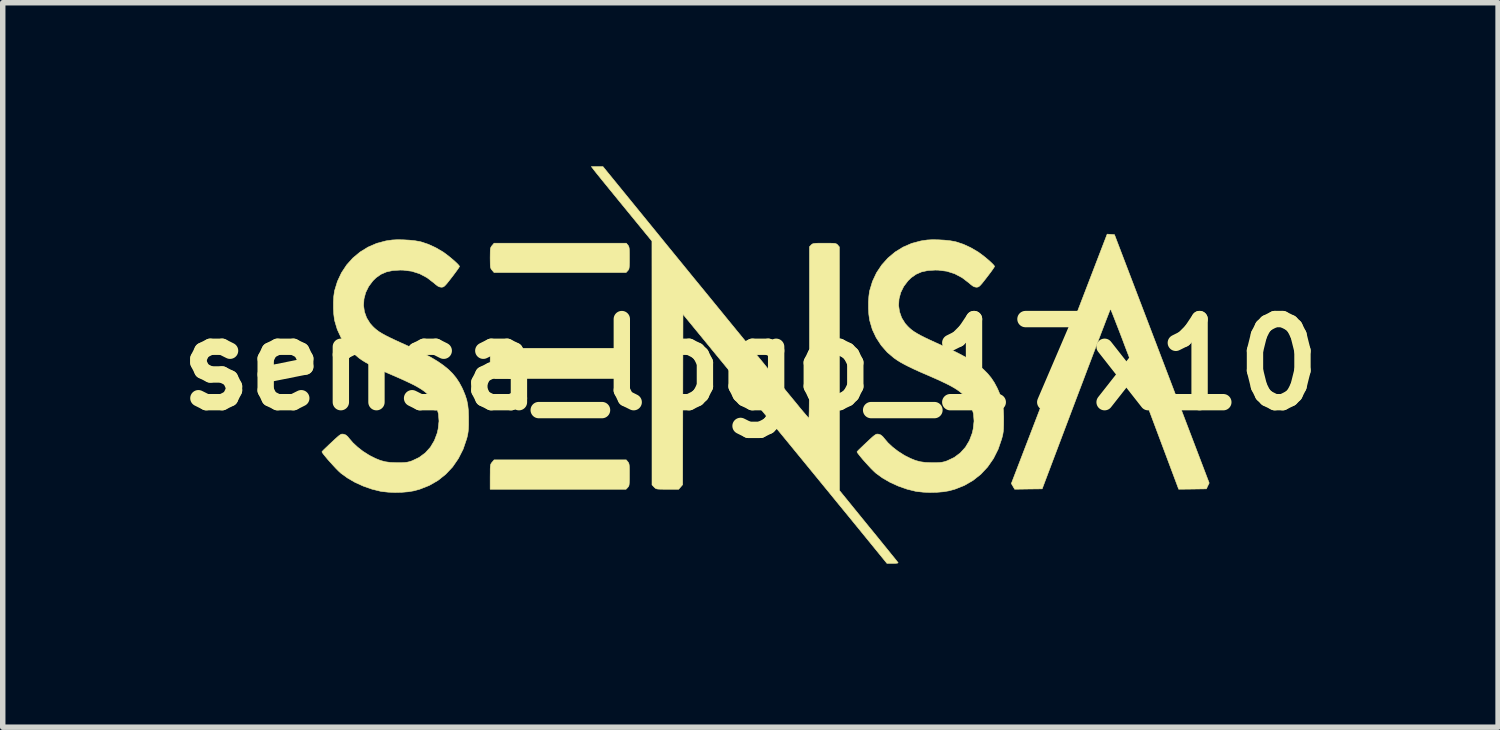
<source format=kicad_pcb>
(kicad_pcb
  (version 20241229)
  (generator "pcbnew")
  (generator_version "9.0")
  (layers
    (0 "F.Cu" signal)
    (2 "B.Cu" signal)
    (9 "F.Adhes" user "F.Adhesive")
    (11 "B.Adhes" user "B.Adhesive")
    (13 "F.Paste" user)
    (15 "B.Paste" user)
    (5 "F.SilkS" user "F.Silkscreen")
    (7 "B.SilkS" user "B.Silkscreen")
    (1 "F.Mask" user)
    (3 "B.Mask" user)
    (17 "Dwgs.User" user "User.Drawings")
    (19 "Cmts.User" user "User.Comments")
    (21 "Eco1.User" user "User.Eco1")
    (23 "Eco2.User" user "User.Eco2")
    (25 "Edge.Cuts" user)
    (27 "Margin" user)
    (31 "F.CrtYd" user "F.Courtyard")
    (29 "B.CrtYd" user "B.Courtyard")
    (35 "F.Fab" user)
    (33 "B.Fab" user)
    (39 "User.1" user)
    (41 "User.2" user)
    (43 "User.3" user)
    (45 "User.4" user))
  (footprint "sensa_logo_17x10"
    (layer "F.Cu")
    (at 10.712 3.636)
    (property "Reference" "sensa_logo_17x10" (at 0 0 0) (layer "F.SilkS") (effects (font (size 1.524 1.524) (thickness 0.3))))
    (attr through_hole)
    (fp_poly (pts (xy -2.248 1.783) (xy -2.236 1.799) (xy -2.228 1.818) (xy -2.223 1.846) (xy -2.22 1.888) (xy -2.219 1.95) (xy -2.219 2.019) (xy -2.219 2.101) (xy -2.221 2.158) (xy -2.224 2.196) (xy -2.229 2.222) (xy -2.238 2.239) (xy -2.25 2.253) (xy -2.25 2.254) (xy -2.281 2.286) (xy -4.773 2.286) (xy -4.773 2.059) (xy -4.772 1.972) (xy -4.772 1.91) (xy -4.769 1.867) (xy -4.765 1.838) (xy -4.758 1.819) (xy -4.747 1.802) (xy -4.737 1.79) (xy -4.701 1.748) (xy -2.277 1.748) (xy -2.248 1.783)) (stroke (width 0.01) (type solid)) (fill yes) (layer "F.SilkS"))
    (fp_poly (pts (xy -2.35 -0.259) (xy -2.335 -0.242) (xy -2.325 -0.225) (xy -2.318 -0.202) (xy -2.315 -0.169) (xy -2.313 -0.118) (xy -2.313 -0.045) (xy -2.313 -0.022) (xy -2.313 0.057) (xy -2.314 0.113) (xy -2.317 0.15) (xy -2.323 0.175) (xy -2.332 0.193) (xy -2.346 0.209) (xy -2.35 0.214) (xy -2.388 0.254) (xy -4.687 0.254) (xy -4.73 0.205) (xy -4.773 0.155) (xy -4.773 -0.026) (xy -4.772 -0.103) (xy -4.771 -0.156) (xy -4.767 -0.192) (xy -4.76 -0.217) (xy -4.749 -0.237) (xy -4.738 -0.253) (xy -4.703 -0.299) (xy -2.388 -0.299) (xy -2.35 -0.259)) (stroke (width 0.01) (type solid)) (fill yes) (layer "F.SilkS"))
    (fp_poly (pts (xy -2.248 -2.192) (xy -2.236 -2.176) (xy -2.228 -2.156) (xy -2.223 -2.129) (xy -2.22 -2.087) (xy -2.219 -2.025) (xy -2.219 -1.955) (xy -2.219 -1.874) (xy -2.221 -1.816) (xy -2.224 -1.778) (xy -2.229 -1.753) (xy -2.238 -1.736) (xy -2.25 -1.721) (xy -2.25 -1.721) (xy -2.281 -1.688) (xy -4.701 -1.688) (xy -4.737 -1.73) (xy -4.752 -1.749) (xy -4.762 -1.768) (xy -4.768 -1.792) (xy -4.771 -1.829) (xy -4.772 -1.885) (xy -4.773 -1.957) (xy -4.772 -2.035) (xy -4.771 -2.088) (xy -4.768 -2.124) (xy -4.761 -2.148) (xy -4.751 -2.167) (xy -4.737 -2.184) (xy -4.701 -2.226) (xy -2.277 -2.226) (xy -2.248 -2.192)) (stroke (width 0.01) (type solid)) (fill yes) (layer "F.SilkS"))
    (fp_poly (pts (xy 6.609 -2.388) (xy 6.676 -2.383) (xy 7.545 -0.106) (xy 8.413 2.172) (xy 8.387 2.225) (xy 8.362 2.279) (xy 8.108 2.283) (xy 7.854 2.286) (xy 7.233 0.628) (xy 7.154 0.416) (xy 7.078 0.213) (xy 7.005 0.019) (xy 6.936 -0.163) (xy 6.871 -0.332) (xy 6.813 -0.487) (xy 6.76 -0.625) (xy 6.713 -0.745) (xy 6.674 -0.846) (xy 6.643 -0.925) (xy 6.62 -0.982) (xy 6.606 -1.013) (xy 6.603 -1.02) (xy 6.596 -1.005) (xy 6.58 -0.964) (xy 6.555 -0.899) (xy 6.521 -0.812) (xy 6.48 -0.704) (xy 6.431 -0.577) (xy 6.376 -0.432) (xy 6.315 -0.272) (xy 6.249 -0.098) (xy 6.178 0.088) (xy 6.104 0.285) (xy 6.026 0.49) (xy 5.971 0.635) (xy 5.35 2.279) (xy 5.098 2.282) (xy 4.846 2.286) (xy 4.785 2.181) (xy 6.542 -2.392) (xy 6.609 -2.388)) (stroke (width 0.01) (type solid)) (fill yes) (layer "F.SilkS"))
    (fp_poly (pts (xy -1.85 -2.582) (xy -1.705 -2.404) (xy -1.549 -2.212) (xy -1.384 -2.01) (xy -1.215 -1.803) (xy -1.044 -1.593) (xy -0.874 -1.386) (xy -0.709 -1.184) (xy -0.552 -0.992) (xy -0.407 -0.814) (xy -0.275 -0.653) (xy -0.254 -0.627) (xy -0.131 -0.477) (xy -0.007 -0.326) (xy 0.116 -0.175) (xy 0.236 -0.029) (xy 0.35 0.112) (xy 0.458 0.243) (xy 0.556 0.363) (xy 0.642 0.469) (xy 0.715 0.558) (xy 0.772 0.627) (xy 0.775 0.631) (xy 0.846 0.717) (xy 0.91 0.796) (xy 0.967 0.864) (xy 1.014 0.919) (xy 1.049 0.959) (xy 1.069 0.981) (xy 1.073 0.985) (xy 1.074 0.97) (xy 1.075 0.928) (xy 1.077 0.86) (xy 1.078 0.767) (xy 1.079 0.653) (xy 1.08 0.518) (xy 1.081 0.365) (xy 1.082 0.196) (xy 1.082 0.013) (xy 1.083 -0.183) (xy 1.083 -0.389) (xy 1.083 -0.588) (xy 1.083 -2.161) (xy 1.114 -2.194) (xy 1.127 -2.206) (xy 1.143 -2.215) (xy 1.165 -2.22) (xy 1.198 -2.224) (xy 1.248 -2.226) (xy 1.317 -2.226) (xy 1.359 -2.226) (xy 1.439 -2.226) (xy 1.497 -2.225) (xy 1.537 -2.223) (xy 1.564 -2.218) (xy 1.581 -2.211) (xy 1.594 -2.201) (xy 1.602 -2.192) (xy 1.631 -2.157) (xy 1.632 2.308) (xy 2.167 2.966) (xy 2.264 3.084) (xy 2.355 3.196) (xy 2.439 3.3) (xy 2.515 3.393) (xy 2.58 3.474) (xy 2.634 3.54) (xy 2.675 3.591) (xy 2.7 3.623) (xy 2.709 3.634) (xy 2.7 3.64) (xy 2.67 3.644) (xy 2.625 3.646) (xy 2.61 3.646) (xy 2.504 3.646) (xy 1.989 3.014) (xy 1.899 2.904) (xy 1.802 2.785) (xy 1.697 2.657) (xy 1.583 2.518) (xy 1.461 2.368) (xy 1.328 2.206) (xy 1.184 2.03) (xy 1.029 1.841) (xy 0.862 1.637) (xy 0.682 1.417) (xy 0.488 1.181) (xy 0.28 0.927) (xy 0.057 0.655) (xy -0.182 0.363) (xy -0.438 0.051) (xy -0.711 -0.281) (xy -0.722 -0.295) (xy -1.237 -0.923) (xy -1.243 2.202) (xy -1.279 2.244) (xy -1.315 2.286) (xy -1.522 2.286) (xy -1.601 2.286) (xy -1.658 2.285) (xy -1.697 2.283) (xy -1.723 2.278) (xy -1.741 2.27) (xy -1.755 2.258) (xy -1.767 2.246) (xy -1.805 2.206) (xy -1.805 -0.029) (xy -1.806 -2.264) (xy -2.307 -2.876) (xy -2.403 -2.993) (xy -2.494 -3.105) (xy -2.58 -3.21) (xy -2.657 -3.305) (xy -2.726 -3.389) (xy -2.782 -3.459) (xy -2.826 -3.513) (xy -2.854 -3.549) (xy -2.863 -3.56) (xy -2.917 -3.631) (xy -2.705 -3.631) (xy -1.85 -2.582)) (stroke (width 0.01) (type solid)) (fill yes) (layer "F.SilkS"))
    (fp_poly (pts (xy -6.366 -2.288) (xy -6.255 -2.282) (xy -6.151 -2.271) (xy -6.06 -2.255) (xy -6.036 -2.249) (xy -5.907 -2.206) (xy -5.772 -2.144) (xy -5.642 -2.068) (xy -5.638 -2.066) (xy -5.587 -2.029) (xy -5.531 -1.986) (xy -5.475 -1.94) (xy -5.423 -1.895) (xy -5.379 -1.854) (xy -5.349 -1.822) (xy -5.335 -1.802) (xy -5.335 -1.8) (xy -5.343 -1.785) (xy -5.366 -1.75) (xy -5.401 -1.702) (xy -5.444 -1.644) (xy -5.476 -1.602) (xy -5.529 -1.534) (xy -5.568 -1.485) (xy -5.597 -1.453) (xy -5.619 -1.433) (xy -5.637 -1.423) (xy -5.656 -1.42) (xy -5.667 -1.419) (xy -5.699 -1.424) (xy -5.731 -1.438) (xy -5.771 -1.468) (xy -5.802 -1.495) (xy -5.931 -1.594) (xy -6.066 -1.666) (xy -6.211 -1.712) (xy -6.368 -1.732) (xy -6.422 -1.733) (xy -6.558 -1.725) (xy -6.674 -1.7) (xy -6.776 -1.656) (xy -6.866 -1.593) (xy -6.923 -1.537) (xy -7.001 -1.433) (xy -7.056 -1.321) (xy -7.087 -1.204) (xy -7.095 -1.086) (xy -7.079 -0.969) (xy -7.039 -0.858) (xy -6.975 -0.755) (xy -6.93 -0.704) (xy -6.893 -0.668) (xy -6.854 -0.635) (xy -6.811 -0.603) (xy -6.759 -0.571) (xy -6.696 -0.536) (xy -6.619 -0.497) (xy -6.524 -0.452) (xy -6.409 -0.399) (xy -6.35 -0.373) (xy -6.163 -0.287) (xy -5.999 -0.207) (xy -5.857 -0.131) (xy -5.735 -0.058) (xy -5.63 0.015) (xy -5.54 0.088) (xy -5.463 0.164) (xy -5.397 0.244) (xy -5.34 0.33) (xy -5.29 0.423) (xy -5.268 0.471) (xy -5.23 0.564) (xy -5.202 0.651) (xy -5.184 0.74) (xy -5.173 0.84) (xy -5.169 0.958) (xy -5.169 1.016) (xy -5.169 1.107) (xy -5.172 1.176) (xy -5.177 1.232) (xy -5.185 1.282) (xy -5.197 1.335) (xy -5.205 1.364) (xy -5.269 1.552) (xy -5.356 1.723) (xy -5.462 1.877) (xy -5.588 2.011) (xy -5.731 2.125) (xy -5.891 2.217) (xy -6.066 2.286) (xy -6.172 2.315) (xy -6.274 2.332) (xy -6.392 2.342) (xy -6.517 2.345) (xy -6.641 2.34) (xy -6.753 2.328) (xy -6.784 2.323) (xy -6.942 2.284) (xy -7.101 2.228) (xy -7.253 2.159) (xy -7.392 2.078) (xy -7.512 1.991) (xy -7.515 1.988) (xy -7.552 1.954) (xy -7.597 1.909) (xy -7.647 1.855) (xy -7.699 1.798) (xy -7.749 1.742) (xy -7.793 1.689) (xy -7.829 1.645) (xy -7.851 1.614) (xy -7.858 1.599) (xy -7.847 1.586) (xy -7.819 1.557) (xy -7.777 1.517) (xy -7.725 1.467) (xy -7.683 1.428) (xy -7.62 1.369) (xy -7.573 1.327) (xy -7.54 1.299) (xy -7.515 1.283) (xy -7.496 1.275) (xy -7.478 1.275) (xy -7.46 1.277) (xy -7.421 1.291) (xy -7.387 1.319) (xy -7.358 1.355) (xy -7.291 1.433) (xy -7.205 1.513) (xy -7.108 1.589) (xy -7.004 1.655) (xy -6.973 1.673) (xy -6.873 1.723) (xy -6.783 1.759) (xy -6.696 1.782) (xy -6.602 1.795) (xy -6.492 1.799) (xy -6.477 1.799) (xy -6.399 1.799) (xy -6.341 1.796) (xy -6.293 1.79) (xy -6.25 1.78) (xy -6.205 1.765) (xy -6.075 1.703) (xy -5.962 1.619) (xy -5.869 1.516) (xy -5.796 1.394) (xy -5.744 1.256) (xy -5.727 1.18) (xy -5.711 1.037) (xy -5.721 0.904) (xy -5.756 0.781) (xy -5.816 0.666) (xy -5.887 0.576) (xy -5.928 0.535) (xy -5.974 0.495) (xy -6.029 0.456) (xy -6.095 0.416) (xy -6.175 0.372) (xy -6.272 0.325) (xy -6.388 0.271) (xy -6.526 0.21) (xy -6.564 0.194) (xy -6.7 0.135) (xy -6.814 0.083) (xy -6.91 0.037) (xy -6.991 -0.004) (xy -7.06 -0.042) (xy -7.121 -0.08) (xy -7.177 -0.119) (xy -7.177 -0.119) (xy -7.304 -0.227) (xy -7.415 -0.353) (xy -7.507 -0.494) (xy -7.577 -0.645) (xy -7.624 -0.803) (xy -7.629 -0.828) (xy -7.641 -0.922) (xy -7.647 -1.032) (xy -7.647 -1.146) (xy -7.641 -1.253) (xy -7.628 -1.344) (xy -7.626 -1.355) (xy -7.574 -1.525) (xy -7.5 -1.683) (xy -7.405 -1.827) (xy -7.291 -1.954) (xy -7.159 -2.064) (xy -7.013 -2.154) (xy -6.854 -2.223) (xy -6.685 -2.268) (xy -6.569 -2.285) (xy -6.474 -2.29) (xy -6.366 -2.288)) (stroke (width 0.01) (type solid)) (fill yes) (layer "F.SilkS"))
    (fp_poly (pts (xy 3.446 -2.288) (xy 3.557 -2.282) (xy 3.662 -2.271) (xy 3.752 -2.255) (xy 3.776 -2.249) (xy 3.906 -2.206) (xy 4.04 -2.144) (xy 4.17 -2.068) (xy 4.174 -2.066) (xy 4.225 -2.029) (xy 4.282 -1.986) (xy 4.338 -1.94) (xy 4.39 -1.895) (xy 4.433 -1.854) (xy 4.464 -1.822) (xy 4.477 -1.802) (xy 4.477 -1.8) (xy 4.469 -1.785) (xy 4.446 -1.75) (xy 4.412 -1.702) (xy 4.368 -1.644) (xy 4.336 -1.602) (xy 4.283 -1.534) (xy 4.244 -1.485) (xy 4.215 -1.453) (xy 4.193 -1.433) (xy 4.175 -1.423) (xy 4.157 -1.42) (xy 4.145 -1.419) (xy 4.114 -1.424) (xy 4.082 -1.438) (xy 4.042 -1.468) (xy 4.011 -1.495) (xy 3.882 -1.594) (xy 3.746 -1.666) (xy 3.601 -1.712) (xy 3.444 -1.732) (xy 3.39 -1.733) (xy 3.255 -1.725) (xy 3.138 -1.7) (xy 3.037 -1.656) (xy 2.947 -1.593) (xy 2.89 -1.537) (xy 2.811 -1.433) (xy 2.756 -1.321) (xy 2.725 -1.204) (xy 2.717 -1.086) (xy 2.734 -0.969) (xy 2.773 -0.858) (xy 2.837 -0.755) (xy 2.882 -0.704) (xy 2.919 -0.668) (xy 2.958 -0.635) (xy 3.002 -0.603) (xy 3.054 -0.571) (xy 3.117 -0.536) (xy 3.194 -0.497) (xy 3.288 -0.452) (xy 3.404 -0.399) (xy 3.462 -0.373) (xy 3.65 -0.287) (xy 3.813 -0.207) (xy 3.955 -0.131) (xy 4.078 -0.058) (xy 4.183 0.015) (xy 4.273 0.088) (xy 4.349 0.164) (xy 4.415 0.244) (xy 4.472 0.33) (xy 4.522 0.423) (xy 4.544 0.471) (xy 4.583 0.564) (xy 4.61 0.651) (xy 4.629 0.74) (xy 4.639 0.84) (xy 4.644 0.958) (xy 4.644 1.016) (xy 4.643 1.107) (xy 4.641 1.176) (xy 4.636 1.232) (xy 4.628 1.282) (xy 4.615 1.335) (xy 4.607 1.364) (xy 4.543 1.552) (xy 4.457 1.723) (xy 4.35 1.877) (xy 4.225 2.011) (xy 4.081 2.125) (xy 3.922 2.217) (xy 3.747 2.286) (xy 3.64 2.315) (xy 3.539 2.332) (xy 3.42 2.342) (xy 3.295 2.345) (xy 3.171 2.34) (xy 3.059 2.328) (xy 3.028 2.323) (xy 2.87 2.284) (xy 2.712 2.228) (xy 2.56 2.159) (xy 2.42 2.078) (xy 2.301 1.991) (xy 2.297 1.988) (xy 2.261 1.954) (xy 2.215 1.909) (xy 2.165 1.855) (xy 2.113 1.798) (xy 2.063 1.742) (xy 2.019 1.689) (xy 1.984 1.645) (xy 1.961 1.614) (xy 1.955 1.599) (xy 1.966 1.586) (xy 1.994 1.557) (xy 2.036 1.517) (xy 2.088 1.467) (xy 2.13 1.428) (xy 2.193 1.369) (xy 2.239 1.327) (xy 2.273 1.299) (xy 2.298 1.283) (xy 2.317 1.275) (xy 2.335 1.275) (xy 2.353 1.277) (xy 2.391 1.291) (xy 2.425 1.319) (xy 2.455 1.355) (xy 2.521 1.433) (xy 2.607 1.513) (xy 2.705 1.589) (xy 2.808 1.655) (xy 2.839 1.673) (xy 2.94 1.723) (xy 3.029 1.759) (xy 3.116 1.782) (xy 3.21 1.795) (xy 3.32 1.799) (xy 3.335 1.799) (xy 3.413 1.799) (xy 3.472 1.796) (xy 3.519 1.79) (xy 3.562 1.78) (xy 3.607 1.765) (xy 3.738 1.703) (xy 3.85 1.619) (xy 3.943 1.516) (xy 4.016 1.394) (xy 4.068 1.256) (xy 4.085 1.18) (xy 4.101 1.037) (xy 4.091 0.904) (xy 4.057 0.781) (xy 3.996 0.666) (xy 3.926 0.576) (xy 3.885 0.535) (xy 3.838 0.495) (xy 3.783 0.456) (xy 3.717 0.416) (xy 3.637 0.372) (xy 3.54 0.325) (xy 3.424 0.271) (xy 3.286 0.21) (xy 3.249 0.194) (xy 3.112 0.135) (xy 2.998 0.083) (xy 2.902 0.037) (xy 2.822 -0.004) (xy 2.753 -0.042) (xy 2.692 -0.08) (xy 2.636 -0.119) (xy 2.635 -0.119) (xy 2.508 -0.227) (xy 2.398 -0.353) (xy 2.306 -0.494) (xy 2.235 -0.645) (xy 2.189 -0.803) (xy 2.184 -0.828) (xy 2.171 -0.922) (xy 2.165 -1.032) (xy 2.165 -1.146) (xy 2.172 -1.253) (xy 2.184 -1.344) (xy 2.187 -1.355) (xy 2.238 -1.525) (xy 2.312 -1.683) (xy 2.408 -1.827) (xy 2.522 -1.954) (xy 2.653 -2.064) (xy 2.799 -2.154) (xy 2.958 -2.223) (xy 3.128 -2.268) (xy 3.243 -2.285) (xy 3.339 -2.29) (xy 3.446 -2.288)) (stroke (width 0.01) (type solid)) (fill yes) (layer "F.SilkS")))
  (gr_rect
    (start -3 -3)
    (end 24.423 10.286)
    (stroke (width 0.1) (type default))
    (fill no)
    (layer "Edge.Cuts")))
</source>
